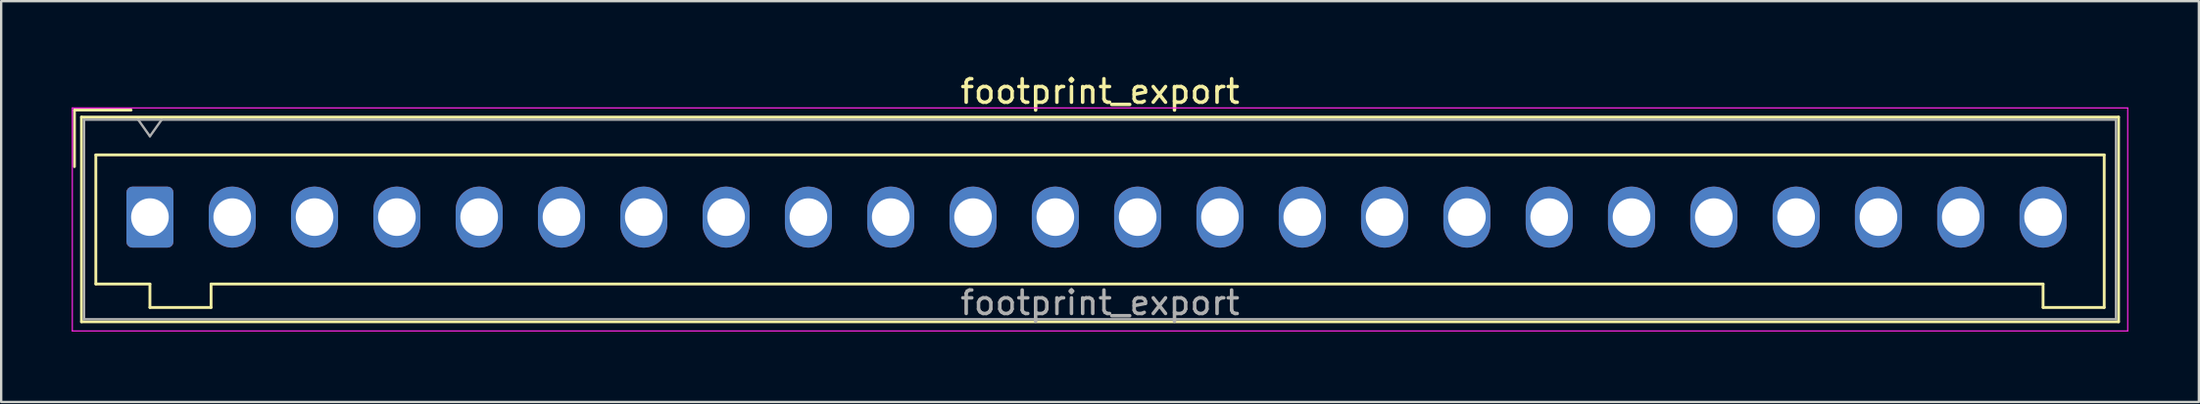
<source format=kicad_pcb>
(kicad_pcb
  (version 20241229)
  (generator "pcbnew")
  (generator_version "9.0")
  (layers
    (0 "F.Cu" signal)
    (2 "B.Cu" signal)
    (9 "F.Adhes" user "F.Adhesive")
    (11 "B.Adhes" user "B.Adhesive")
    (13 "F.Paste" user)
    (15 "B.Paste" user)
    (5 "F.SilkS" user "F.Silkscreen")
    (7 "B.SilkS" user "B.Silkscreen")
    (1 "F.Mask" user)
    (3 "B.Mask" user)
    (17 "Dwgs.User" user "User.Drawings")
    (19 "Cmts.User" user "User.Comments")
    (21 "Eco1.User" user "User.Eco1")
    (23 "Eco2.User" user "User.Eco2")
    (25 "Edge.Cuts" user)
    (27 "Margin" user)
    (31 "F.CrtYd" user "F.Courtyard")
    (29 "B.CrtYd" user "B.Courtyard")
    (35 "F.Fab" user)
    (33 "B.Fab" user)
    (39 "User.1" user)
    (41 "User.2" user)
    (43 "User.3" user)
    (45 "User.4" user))
  (footprint "footprint_export"
    (layer "F.Cu")
    (at 3.325 6.198)
    (property "Reference" "footprint_export" (at 40.4 -5.35 0) (layer "F.SilkS") (effects (font (size 1 1) (thickness 0.15))))
    (attr through_hole)
    (fp_line (start -3.21 -4.56) (end -0.8 -4.56) (stroke (width 0.12) (type solid)) (layer "F.SilkS"))
    (fp_line (start -3.21 -2.15) (end -3.21 -4.56) (stroke (width 0.12) (type solid)) (layer "F.SilkS"))
    (fp_line (start -2.91 -4.26) (end -2.91 4.46) (stroke (width 0.12) (type solid)) (layer "F.SilkS"))
    (fp_line (start -2.91 4.46) (end 83.71 4.46) (stroke (width 0.12) (type solid)) (layer "F.SilkS"))
    (fp_line (start -2.3 -2.65) (end -2.3 2.85) (stroke (width 0.12) (type solid)) (layer "F.SilkS"))
    (fp_line (start -2.3 2.85) (end 0 2.85) (stroke (width 0.12) (type solid)) (layer "F.SilkS"))
    (fp_line (start 0 2.85) (end 0 3.85) (stroke (width 0.12) (type solid)) (layer "F.SilkS"))
    (fp_line (start 0 3.85) (end 2.6 3.85) (stroke (width 0.12) (type solid)) (layer "F.SilkS"))
    (fp_line (start 2.6 2.85) (end 80.5 2.85) (stroke (width 0.12) (type solid)) (layer "F.SilkS"))
    (fp_line (start 2.6 3.85) (end 2.6 2.85) (stroke (width 0.12) (type solid)) (layer "F.SilkS"))
    (fp_line (start 80.5 2.85) (end 80.5 3.85) (stroke (width 0.12) (type solid)) (layer "F.SilkS"))
    (fp_line (start 80.5 3.85) (end 83.1 3.85) (stroke (width 0.12) (type solid)) (layer "F.SilkS"))
    (fp_line (start 83.1 -2.65) (end -2.3 -2.65) (stroke (width 0.12) (type solid)) (layer "F.SilkS"))
    (fp_line (start 83.1 3.85) (end 83.1 -2.65) (stroke (width 0.12) (type solid)) (layer "F.SilkS"))
    (fp_line (start 83.71 -4.26) (end -2.91 -4.26) (stroke (width 0.12) (type solid)) (layer "F.SilkS"))
    (fp_line (start 83.71 4.46) (end 83.71 -4.26) (stroke (width 0.12) (type solid)) (layer "F.SilkS"))
    (fp_line (start -3.3 -4.65) (end -3.3 4.85) (stroke (width 0.05) (type solid)) (layer "F.CrtYd"))
    (fp_line (start -3.3 4.85) (end 84.1 4.85) (stroke (width 0.05) (type solid)) (layer "F.CrtYd"))
    (fp_line (start 84.1 -4.65) (end -3.3 -4.65) (stroke (width 0.05) (type solid)) (layer "F.CrtYd"))
    (fp_line (start 84.1 4.85) (end 84.1 -4.65) (stroke (width 0.05) (type solid)) (layer "F.CrtYd"))
    (fp_line (start -2.8 -4.15) (end -2.8 4.35) (stroke (width 0.1) (type solid)) (layer "F.Fab"))
    (fp_line (start -2.8 4.35) (end 83.6 4.35) (stroke (width 0.1) (type solid)) (layer "F.Fab"))
    (fp_line (start -0.5 -4.15) (end 0 -3.443) (stroke (width 0.1) (type solid)) (layer "F.Fab"))
    (fp_line (start 0 -3.443) (end 0.5 -4.15) (stroke (width 0.1) (type solid)) (layer "F.Fab"))
    (fp_line (start 83.6 -4.15) (end -2.8 -4.15) (stroke (width 0.1) (type solid)) (layer "F.Fab"))
    (fp_line (start 83.6 4.35) (end 83.6 -4.15) (stroke (width 0.1) (type solid)) (layer "F.Fab"))
    (fp_text user "${REFERENCE}" (at 40.4 3.65 0) (layer "F.Fab") (effects (font (size 1 1) (thickness 0.15))))
    (pad "1" thru_hole roundrect (at 0 0) (size 2 2.6) (drill 1.6) (layers "*.Cu" "*.Mask") (roundrect_rratio 0.125))
    (pad "2" thru_hole oval (at 3.5 0) (size 2 2.6) (drill 1.6) (layers "*.Cu" "*.Mask"))
    (pad "3" thru_hole oval (at 7 0) (size 2 2.6) (drill 1.6) (layers "*.Cu" "*.Mask"))
    (pad "4" thru_hole oval (at 10.5 0) (size 2 2.6) (drill 1.6) (layers "*.Cu" "*.Mask"))
    (pad "5" thru_hole oval (at 14 0) (size 2 2.6) (drill 1.6) (layers "*.Cu" "*.Mask"))
    (pad "6" thru_hole oval (at 17.5 0) (size 2 2.6) (drill 1.6) (layers "*.Cu" "*.Mask"))
    (pad "7" thru_hole oval (at 21 0) (size 2 2.6) (drill 1.6) (layers "*.Cu" "*.Mask"))
    (pad "8" thru_hole oval (at 24.5 0) (size 2 2.6) (drill 1.6) (layers "*.Cu" "*.Mask"))
    (pad "9" thru_hole oval (at 28 0) (size 2 2.6) (drill 1.6) (layers "*.Cu" "*.Mask"))
    (pad "10" thru_hole oval (at 31.5 0) (size 2 2.6) (drill 1.6) (layers "*.Cu" "*.Mask"))
    (pad "11" thru_hole oval (at 35 0) (size 2 2.6) (drill 1.6) (layers "*.Cu" "*.Mask"))
    (pad "12" thru_hole oval (at 38.5 0) (size 2 2.6) (drill 1.6) (layers "*.Cu" "*.Mask"))
    (pad "13" thru_hole oval (at 42 0) (size 2 2.6) (drill 1.6) (layers "*.Cu" "*.Mask"))
    (pad "14" thru_hole oval (at 45.5 0) (size 2 2.6) (drill 1.6) (layers "*.Cu" "*.Mask"))
    (pad "15" thru_hole oval (at 49 0) (size 2 2.6) (drill 1.6) (layers "*.Cu" "*.Mask"))
    (pad "16" thru_hole oval (at 52.5 0) (size 2 2.6) (drill 1.6) (layers "*.Cu" "*.Mask"))
    (pad "17" thru_hole oval (at 56 0) (size 2 2.6) (drill 1.6) (layers "*.Cu" "*.Mask"))
    (pad "18" thru_hole oval (at 59.5 0) (size 2 2.6) (drill 1.6) (layers "*.Cu" "*.Mask"))
    (pad "19" thru_hole oval (at 63 0) (size 2 2.6) (drill 1.6) (layers "*.Cu" "*.Mask"))
    (pad "20" thru_hole oval (at 66.5 0) (size 2 2.6) (drill 1.6) (layers "*.Cu" "*.Mask"))
    (pad "21" thru_hole oval (at 70 0) (size 2 2.6) (drill 1.6) (layers "*.Cu" "*.Mask"))
    (pad "22" thru_hole oval (at 73.5 0) (size 2 2.6) (drill 1.6) (layers "*.Cu" "*.Mask"))
    (pad "23" thru_hole oval (at 77 0) (size 2 2.6) (drill 1.6) (layers "*.Cu" "*.Mask"))
    (pad "24" thru_hole oval (at 80.5 0) (size 2 2.6) (drill 1.6) (layers "*.Cu" "*.Mask")))
  (gr_rect
    (start -3 -3)
    (end 90.45 14.073)
    (stroke (width 0.1) (type default))
    (fill no)
    (layer "Edge.Cuts")))
</source>
